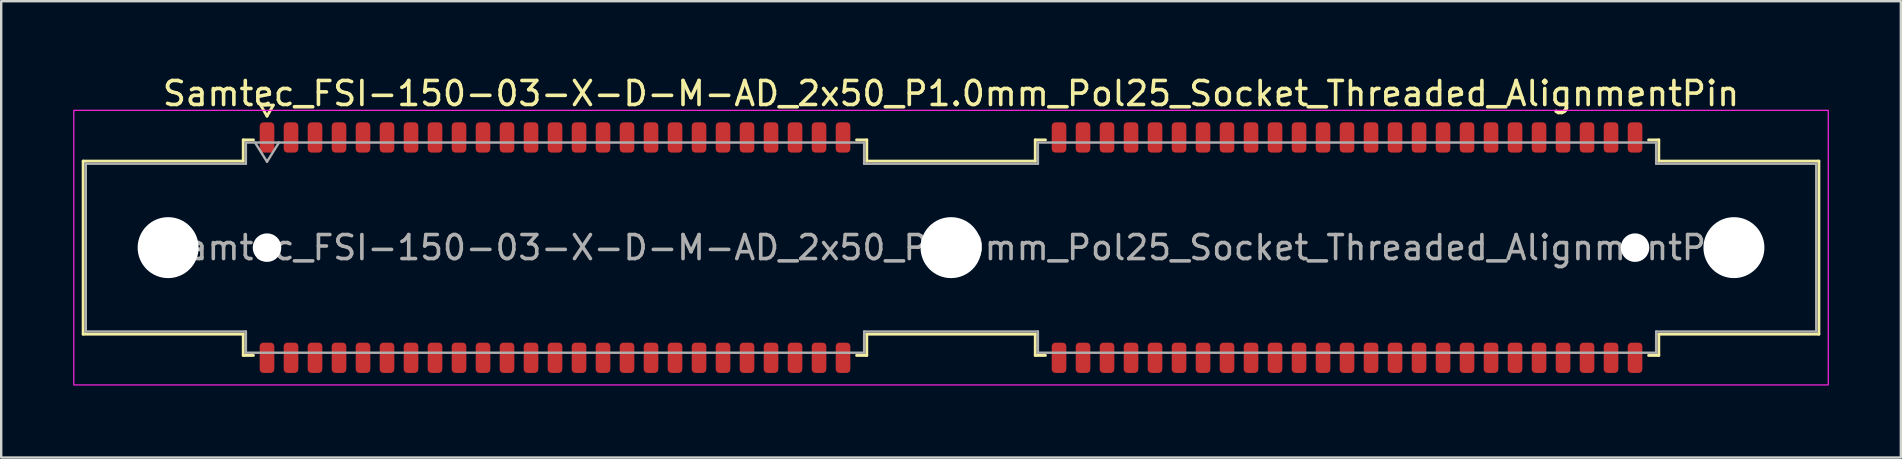
<source format=kicad_pcb>
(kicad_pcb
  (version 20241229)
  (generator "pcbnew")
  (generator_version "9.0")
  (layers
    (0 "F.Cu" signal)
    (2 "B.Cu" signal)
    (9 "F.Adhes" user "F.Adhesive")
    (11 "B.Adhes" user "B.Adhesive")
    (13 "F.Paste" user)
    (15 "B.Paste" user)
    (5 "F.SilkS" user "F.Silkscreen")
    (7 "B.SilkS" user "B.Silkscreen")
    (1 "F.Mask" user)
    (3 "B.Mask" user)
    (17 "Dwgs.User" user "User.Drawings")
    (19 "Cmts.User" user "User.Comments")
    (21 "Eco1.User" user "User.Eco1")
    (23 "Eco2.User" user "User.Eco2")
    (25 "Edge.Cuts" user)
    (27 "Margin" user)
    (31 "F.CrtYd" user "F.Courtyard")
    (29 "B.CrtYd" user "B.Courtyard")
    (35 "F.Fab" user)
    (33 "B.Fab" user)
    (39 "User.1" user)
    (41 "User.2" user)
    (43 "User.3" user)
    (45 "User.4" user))
  (footprint "Samtec_FSI-150-03-X-D-M-AD_2x50_P1.0mm_Pol25_Socket_Threaded_AlignmentPin"
    (layer "F.Cu")
    (at 36.575 7.268)
    (property "Reference" "Samtec_FSI-150-03-X-D-M-AD_2x50_P1.0mm_Pol25_Socket_Threaded_AlignmentPin" (at 0 -6.42 0) (layer "F.SilkS") (effects (font (size 1 1) (thickness 0.15))))
    (attr smd)
    (fp_line (start -36.16 -3.605) (end -29.49 -3.605) (stroke (width 0.12) (type solid)) (layer "F.SilkS"))
    (fp_line (start -36.16 3.605) (end -36.16 -3.605) (stroke (width 0.12) (type solid)) (layer "F.SilkS"))
    (fp_line (start -29.49 -4.49) (end -29.065 -4.49) (stroke (width 0.12) (type solid)) (layer "F.SilkS"))
    (fp_line (start -29.49 -3.605) (end -29.49 -4.49) (stroke (width 0.12) (type solid)) (layer "F.SilkS"))
    (fp_line (start -29.49 3.605) (end -36.16 3.605) (stroke (width 0.12) (type solid)) (layer "F.SilkS"))
    (fp_line (start -29.49 4.49) (end -29.49 3.605) (stroke (width 0.12) (type solid)) (layer "F.SilkS"))
    (fp_line (start -29.065 4.49) (end -29.49 4.49) (stroke (width 0.12) (type solid)) (layer "F.SilkS"))
    (fp_line (start -28.764 -5.938) (end -28.5 -5.48) (stroke (width 0.12) (type solid)) (layer "F.SilkS"))
    (fp_line (start -28.5 -5.48) (end -28.236 -5.938) (stroke (width 0.12) (type solid)) (layer "F.SilkS"))
    (fp_line (start -28.236 -5.938) (end -28.764 -5.938) (stroke (width 0.12) (type solid)) (layer "F.SilkS"))
    (fp_line (start -3.935 -4.49) (end -3.51 -4.49) (stroke (width 0.12) (type solid)) (layer "F.SilkS"))
    (fp_line (start -3.51 -4.49) (end -3.51 -3.605) (stroke (width 0.12) (type solid)) (layer "F.SilkS"))
    (fp_line (start -3.51 -3.605) (end 3.51 -3.605) (stroke (width 0.12) (type solid)) (layer "F.SilkS"))
    (fp_line (start -3.51 3.605) (end -3.51 4.49) (stroke (width 0.12) (type solid)) (layer "F.SilkS"))
    (fp_line (start -3.51 4.49) (end -3.935 4.49) (stroke (width 0.12) (type solid)) (layer "F.SilkS"))
    (fp_line (start 3.51 -4.49) (end 3.935 -4.49) (stroke (width 0.12) (type solid)) (layer "F.SilkS"))
    (fp_line (start 3.51 -3.605) (end 3.51 -4.49) (stroke (width 0.12) (type solid)) (layer "F.SilkS"))
    (fp_line (start 3.51 3.605) (end -3.51 3.605) (stroke (width 0.12) (type solid)) (layer "F.SilkS"))
    (fp_line (start 3.51 4.49) (end 3.51 3.605) (stroke (width 0.12) (type solid)) (layer "F.SilkS"))
    (fp_line (start 3.935 4.49) (end 3.51 4.49) (stroke (width 0.12) (type solid)) (layer "F.SilkS"))
    (fp_line (start 29.065 -4.49) (end 29.49 -4.49) (stroke (width 0.12) (type solid)) (layer "F.SilkS"))
    (fp_line (start 29.49 -4.49) (end 29.49 -3.605) (stroke (width 0.12) (type solid)) (layer "F.SilkS"))
    (fp_line (start 29.49 -3.605) (end 36.16 -3.605) (stroke (width 0.12) (type solid)) (layer "F.SilkS"))
    (fp_line (start 29.49 3.605) (end 29.49 4.49) (stroke (width 0.12) (type solid)) (layer "F.SilkS"))
    (fp_line (start 29.49 4.49) (end 29.065 4.49) (stroke (width 0.12) (type solid)) (layer "F.SilkS"))
    (fp_line (start 36.16 -3.605) (end 36.16 3.605) (stroke (width 0.12) (type solid)) (layer "F.SilkS"))
    (fp_line (start 36.16 3.605) (end 29.49 3.605) (stroke (width 0.12) (type solid)) (layer "F.SilkS"))
    (fp_rect (start -36.55 -5.72) (end 36.55 5.72) (stroke (width 0.05) (type solid)) (fill no) (layer "F.CrtYd"))
    (fp_line (start -36.05 -3.495) (end -29.38 -3.495) (stroke (width 0.1) (type solid)) (layer "F.Fab"))
    (fp_line (start -36.05 3.495) (end -36.05 -3.495) (stroke (width 0.1) (type solid)) (layer "F.Fab"))
    (fp_line (start -29.38 -4.38) (end -3.62 -4.38) (stroke (width 0.1) (type solid)) (layer "F.Fab"))
    (fp_line (start -29.38 -3.495) (end -29.38 -4.38) (stroke (width 0.1) (type solid)) (layer "F.Fab"))
    (fp_line (start -29.38 3.495) (end -36.05 3.495) (stroke (width 0.1) (type solid)) (layer "F.Fab"))
    (fp_line (start -29.38 4.38) (end -29.38 3.495) (stroke (width 0.1) (type solid)) (layer "F.Fab"))
    (fp_line (start -29 -4.38) (end -28.5 -3.58) (stroke (width 0.1) (type solid)) (layer "F.Fab"))
    (fp_line (start -28.5 -3.58) (end -28 -4.38) (stroke (width 0.1) (type solid)) (layer "F.Fab"))
    (fp_line (start -3.62 -4.38) (end -3.62 -3.495) (stroke (width 0.1) (type solid)) (layer "F.Fab"))
    (fp_line (start -3.62 -3.495) (end 3.62 -3.495) (stroke (width 0.1) (type solid)) (layer "F.Fab"))
    (fp_line (start -3.62 3.495) (end -3.62 4.38) (stroke (width 0.1) (type solid)) (layer "F.Fab"))
    (fp_line (start -3.62 4.38) (end -29.38 4.38) (stroke (width 0.1) (type solid)) (layer "F.Fab"))
    (fp_line (start 3.62 -4.38) (end 29.38 -4.38) (stroke (width 0.1) (type solid)) (layer "F.Fab"))
    (fp_line (start 3.62 -3.495) (end 3.62 -4.38) (stroke (width 0.1) (type solid)) (layer "F.Fab"))
    (fp_line (start 3.62 3.495) (end -3.62 3.495) (stroke (width 0.1) (type solid)) (layer "F.Fab"))
    (fp_line (start 3.62 4.38) (end 3.62 3.495) (stroke (width 0.1) (type solid)) (layer "F.Fab"))
    (fp_line (start 29.38 -4.38) (end 29.38 -3.495) (stroke (width 0.1) (type solid)) (layer "F.Fab"))
    (fp_line (start 29.38 -3.495) (end 36.05 -3.495) (stroke (width 0.1) (type solid)) (layer "F.Fab"))
    (fp_line (start 29.38 3.495) (end 29.38 4.38) (stroke (width 0.1) (type solid)) (layer "F.Fab"))
    (fp_line (start 29.38 4.38) (end 3.62 4.38) (stroke (width 0.1) (type solid)) (layer "F.Fab"))
    (fp_line (start 36.05 -3.495) (end 36.05 3.495) (stroke (width 0.1) (type solid)) (layer "F.Fab"))
    (fp_line (start 36.05 3.495) (end 29.38 3.495) (stroke (width 0.1) (type solid)) (layer "F.Fab"))
    (fp_text user "${REFERENCE}" (at 0 0 0) (layer "F.Fab") (effects (font (size 1 1) (thickness 0.15))))
    (pad "" np_thru_hole circle (at -32.62 0) (size 2.54 2.54) (drill 2.54) (layers "*.Cu" "*.Mask"))
    (pad "" np_thru_hole circle (at -28.5 0) (size 1.19 1.19) (drill 1.19) (layers "*.Cu" "*.Mask"))
    (pad "" np_thru_hole circle (at 0 0) (size 2.54 2.54) (drill 2.54) (layers "*.Cu" "*.Mask"))
    (pad "" np_thru_hole circle (at 28.5 0) (size 1.19 1.19) (drill 1.19) (layers "*.Cu" "*.Mask"))
    (pad "" np_thru_hole circle (at 32.62 0) (size 2.54 2.54) (drill 2.54) (layers "*.Cu" "*.Mask"))
    (pad "1" smd roundrect (at -28.5 -4.59) (size 0.61 1.26) (layers "F.Cu" "F.Mask" "F.Paste") (roundrect_rratio 0.25))
    (pad "2" smd roundrect (at -28.5 4.59) (size 0.61 1.26) (layers "F.Cu" "F.Mask" "F.Paste") (roundrect_rratio 0.25))
    (pad "3" smd roundrect (at -27.5 -4.59) (size 0.61 1.26) (layers "F.Cu" "F.Mask" "F.Paste") (roundrect_rratio 0.25))
    (pad "4" smd roundrect (at -27.5 4.59) (size 0.61 1.26) (layers "F.Cu" "F.Mask" "F.Paste") (roundrect_rratio 0.25))
    (pad "5" smd roundrect (at -26.5 -4.59) (size 0.61 1.26) (layers "F.Cu" "F.Mask" "F.Paste") (roundrect_rratio 0.25))
    (pad "6" smd roundrect (at -26.5 4.59) (size 0.61 1.26) (layers "F.Cu" "F.Mask" "F.Paste") (roundrect_rratio 0.25))
    (pad "7" smd roundrect (at -25.5 -4.59) (size 0.61 1.26) (layers "F.Cu" "F.Mask" "F.Paste") (roundrect_rratio 0.25))
    (pad "8" smd roundrect (at -25.5 4.59) (size 0.61 1.26) (layers "F.Cu" "F.Mask" "F.Paste") (roundrect_rratio 0.25))
    (pad "9" smd roundrect (at -24.5 -4.59) (size 0.61 1.26) (layers "F.Cu" "F.Mask" "F.Paste") (roundrect_rratio 0.25))
    (pad "10" smd roundrect (at -24.5 4.59) (size 0.61 1.26) (layers "F.Cu" "F.Mask" "F.Paste") (roundrect_rratio 0.25))
    (pad "11" smd roundrect (at -23.5 -4.59) (size 0.61 1.26) (layers "F.Cu" "F.Mask" "F.Paste") (roundrect_rratio 0.25))
    (pad "12" smd roundrect (at -23.5 4.59) (size 0.61 1.26) (layers "F.Cu" "F.Mask" "F.Paste") (roundrect_rratio 0.25))
    (pad "13" smd roundrect (at -22.5 -4.59) (size 0.61 1.26) (layers "F.Cu" "F.Mask" "F.Paste") (roundrect_rratio 0.25))
    (pad "14" smd roundrect (at -22.5 4.59) (size 0.61 1.26) (layers "F.Cu" "F.Mask" "F.Paste") (roundrect_rratio 0.25))
    (pad "15" smd roundrect (at -21.5 -4.59) (size 0.61 1.26) (layers "F.Cu" "F.Mask" "F.Paste") (roundrect_rratio 0.25))
    (pad "16" smd roundrect (at -21.5 4.59) (size 0.61 1.26) (layers "F.Cu" "F.Mask" "F.Paste") (roundrect_rratio 0.25))
    (pad "17" smd roundrect (at -20.5 -4.59) (size 0.61 1.26) (layers "F.Cu" "F.Mask" "F.Paste") (roundrect_rratio 0.25))
    (pad "18" smd roundrect (at -20.5 4.59) (size 0.61 1.26) (layers "F.Cu" "F.Mask" "F.Paste") (roundrect_rratio 0.25))
    (pad "19" smd roundrect (at -19.5 -4.59) (size 0.61 1.26) (layers "F.Cu" "F.Mask" "F.Paste") (roundrect_rratio 0.25))
    (pad "20" smd roundrect (at -19.5 4.59) (size 0.61 1.26) (layers "F.Cu" "F.Mask" "F.Paste") (roundrect_rratio 0.25))
    (pad "21" smd roundrect (at -18.5 -4.59) (size 0.61 1.26) (layers "F.Cu" "F.Mask" "F.Paste") (roundrect_rratio 0.25))
    (pad "22" smd roundrect (at -18.5 4.59) (size 0.61 1.26) (layers "F.Cu" "F.Mask" "F.Paste") (roundrect_rratio 0.25))
    (pad "23" smd roundrect (at -17.5 -4.59) (size 0.61 1.26) (layers "F.Cu" "F.Mask" "F.Paste") (roundrect_rratio 0.25))
    (pad "24" smd roundrect (at -17.5 4.59) (size 0.61 1.26) (layers "F.Cu" "F.Mask" "F.Paste") (roundrect_rratio 0.25))
    (pad "25" smd roundrect (at -16.5 -4.59) (size 0.61 1.26) (layers "F.Cu" "F.Mask" "F.Paste") (roundrect_rratio 0.25))
    (pad "26" smd roundrect (at -16.5 4.59) (size 0.61 1.26) (layers "F.Cu" "F.Mask" "F.Paste") (roundrect_rratio 0.25))
    (pad "27" smd roundrect (at -15.5 -4.59) (size 0.61 1.26) (layers "F.Cu" "F.Mask" "F.Paste") (roundrect_rratio 0.25))
    (pad "28" smd roundrect (at -15.5 4.59) (size 0.61 1.26) (layers "F.Cu" "F.Mask" "F.Paste") (roundrect_rratio 0.25))
    (pad "29" smd roundrect (at -14.5 -4.59) (size 0.61 1.26) (layers "F.Cu" "F.Mask" "F.Paste") (roundrect_rratio 0.25))
    (pad "30" smd roundrect (at -14.5 4.59) (size 0.61 1.26) (layers "F.Cu" "F.Mask" "F.Paste") (roundrect_rratio 0.25))
    (pad "31" smd roundrect (at -13.5 -4.59) (size 0.61 1.26) (layers "F.Cu" "F.Mask" "F.Paste") (roundrect_rratio 0.25))
    (pad "32" smd roundrect (at -13.5 4.59) (size 0.61 1.26) (layers "F.Cu" "F.Mask" "F.Paste") (roundrect_rratio 0.25))
    (pad "33" smd roundrect (at -12.5 -4.59) (size 0.61 1.26) (layers "F.Cu" "F.Mask" "F.Paste") (roundrect_rratio 0.25))
    (pad "34" smd roundrect (at -12.5 4.59) (size 0.61 1.26) (layers "F.Cu" "F.Mask" "F.Paste") (roundrect_rratio 0.25))
    (pad "35" smd roundrect (at -11.5 -4.59) (size 0.61 1.26) (layers "F.Cu" "F.Mask" "F.Paste") (roundrect_rratio 0.25))
    (pad "36" smd roundrect (at -11.5 4.59) (size 0.61 1.26) (layers "F.Cu" "F.Mask" "F.Paste") (roundrect_rratio 0.25))
    (pad "37" smd roundrect (at -10.5 -4.59) (size 0.61 1.26) (layers "F.Cu" "F.Mask" "F.Paste") (roundrect_rratio 0.25))
    (pad "38" smd roundrect (at -10.5 4.59) (size 0.61 1.26) (layers "F.Cu" "F.Mask" "F.Paste") (roundrect_rratio 0.25))
    (pad "39" smd roundrect (at -9.5 -4.59) (size 0.61 1.26) (layers "F.Cu" "F.Mask" "F.Paste") (roundrect_rratio 0.25))
    (pad "40" smd roundrect (at -9.5 4.59) (size 0.61 1.26) (layers "F.Cu" "F.Mask" "F.Paste") (roundrect_rratio 0.25))
    (pad "41" smd roundrect (at -8.5 -4.59) (size 0.61 1.26) (layers "F.Cu" "F.Mask" "F.Paste") (roundrect_rratio 0.25))
    (pad "42" smd roundrect (at -8.5 4.59) (size 0.61 1.26) (layers "F.Cu" "F.Mask" "F.Paste") (roundrect_rratio 0.25))
    (pad "43" smd roundrect (at -7.5 -4.59) (size 0.61 1.26) (layers "F.Cu" "F.Mask" "F.Paste") (roundrect_rratio 0.25))
    (pad "44" smd roundrect (at -7.5 4.59) (size 0.61 1.26) (layers "F.Cu" "F.Mask" "F.Paste") (roundrect_rratio 0.25))
    (pad "45" smd roundrect (at -6.5 -4.59) (size 0.61 1.26) (layers "F.Cu" "F.Mask" "F.Paste") (roundrect_rratio 0.25))
    (pad "46" smd roundrect (at -6.5 4.59) (size 0.61 1.26) (layers "F.Cu" "F.Mask" "F.Paste") (roundrect_rratio 0.25))
    (pad "47" smd roundrect (at -5.5 -4.59) (size 0.61 1.26) (layers "F.Cu" "F.Mask" "F.Paste") (roundrect_rratio 0.25))
    (pad "48" smd roundrect (at -5.5 4.59) (size 0.61 1.26) (layers "F.Cu" "F.Mask" "F.Paste") (roundrect_rratio 0.25))
    (pad "49" smd roundrect (at -4.5 -4.59) (size 0.61 1.26) (layers "F.Cu" "F.Mask" "F.Paste") (roundrect_rratio 0.25))
    (pad "50" smd roundrect (at -4.5 4.59) (size 0.61 1.26) (layers "F.Cu" "F.Mask" "F.Paste") (roundrect_rratio 0.25))
    (pad "51" smd roundrect (at 4.5 -4.59) (size 0.61 1.26) (layers "F.Cu" "F.Mask" "F.Paste") (roundrect_rratio 0.25))
    (pad "52" smd roundrect (at 4.5 4.59) (size 0.61 1.26) (layers "F.Cu" "F.Mask" "F.Paste") (roundrect_rratio 0.25))
    (pad "53" smd roundrect (at 5.5 -4.59) (size 0.61 1.26) (layers "F.Cu" "F.Mask" "F.Paste") (roundrect_rratio 0.25))
    (pad "54" smd roundrect (at 5.5 4.59) (size 0.61 1.26) (layers "F.Cu" "F.Mask" "F.Paste") (roundrect_rratio 0.25))
    (pad "55" smd roundrect (at 6.5 -4.59) (size 0.61 1.26) (layers "F.Cu" "F.Mask" "F.Paste") (roundrect_rratio 0.25))
    (pad "56" smd roundrect (at 6.5 4.59) (size 0.61 1.26) (layers "F.Cu" "F.Mask" "F.Paste") (roundrect_rratio 0.25))
    (pad "57" smd roundrect (at 7.5 -4.59) (size 0.61 1.26) (layers "F.Cu" "F.Mask" "F.Paste") (roundrect_rratio 0.25))
    (pad "58" smd roundrect (at 7.5 4.59) (size 0.61 1.26) (layers "F.Cu" "F.Mask" "F.Paste") (roundrect_rratio 0.25))
    (pad "59" smd roundrect (at 8.5 -4.59) (size 0.61 1.26) (layers "F.Cu" "F.Mask" "F.Paste") (roundrect_rratio 0.25))
    (pad "60" smd roundrect (at 8.5 4.59) (size 0.61 1.26) (layers "F.Cu" "F.Mask" "F.Paste") (roundrect_rratio 0.25))
    (pad "61" smd roundrect (at 9.5 -4.59) (size 0.61 1.26) (layers "F.Cu" "F.Mask" "F.Paste") (roundrect_rratio 0.25))
    (pad "62" smd roundrect (at 9.5 4.59) (size 0.61 1.26) (layers "F.Cu" "F.Mask" "F.Paste") (roundrect_rratio 0.25))
    (pad "63" smd roundrect (at 10.5 -4.59) (size 0.61 1.26) (layers "F.Cu" "F.Mask" "F.Paste") (roundrect_rratio 0.25))
    (pad "64" smd roundrect (at 10.5 4.59) (size 0.61 1.26) (layers "F.Cu" "F.Mask" "F.Paste") (roundrect_rratio 0.25))
    (pad "65" smd roundrect (at 11.5 -4.59) (size 0.61 1.26) (layers "F.Cu" "F.Mask" "F.Paste") (roundrect_rratio 0.25))
    (pad "66" smd roundrect (at 11.5 4.59) (size 0.61 1.26) (layers "F.Cu" "F.Mask" "F.Paste") (roundrect_rratio 0.25))
    (pad "67" smd roundrect (at 12.5 -4.59) (size 0.61 1.26) (layers "F.Cu" "F.Mask" "F.Paste") (roundrect_rratio 0.25))
    (pad "68" smd roundrect (at 12.5 4.59) (size 0.61 1.26) (layers "F.Cu" "F.Mask" "F.Paste") (roundrect_rratio 0.25))
    (pad "69" smd roundrect (at 13.5 -4.59) (size 0.61 1.26) (layers "F.Cu" "F.Mask" "F.Paste") (roundrect_rratio 0.25))
    (pad "70" smd roundrect (at 13.5 4.59) (size 0.61 1.26) (layers "F.Cu" "F.Mask" "F.Paste") (roundrect_rratio 0.25))
    (pad "71" smd roundrect (at 14.5 -4.59) (size 0.61 1.26) (layers "F.Cu" "F.Mask" "F.Paste") (roundrect_rratio 0.25))
    (pad "72" smd roundrect (at 14.5 4.59) (size 0.61 1.26) (layers "F.Cu" "F.Mask" "F.Paste") (roundrect_rratio 0.25))
    (pad "73" smd roundrect (at 15.5 -4.59) (size 0.61 1.26) (layers "F.Cu" "F.Mask" "F.Paste") (roundrect_rratio 0.25))
    (pad "74" smd roundrect (at 15.5 4.59) (size 0.61 1.26) (layers "F.Cu" "F.Mask" "F.Paste") (roundrect_rratio 0.25))
    (pad "75" smd roundrect (at 16.5 -4.59) (size 0.61 1.26) (layers "F.Cu" "F.Mask" "F.Paste") (roundrect_rratio 0.25))
    (pad "76" smd roundrect (at 16.5 4.59) (size 0.61 1.26) (layers "F.Cu" "F.Mask" "F.Paste") (roundrect_rratio 0.25))
    (pad "77" smd roundrect (at 17.5 -4.59) (size 0.61 1.26) (layers "F.Cu" "F.Mask" "F.Paste") (roundrect_rratio 0.25))
    (pad "78" smd roundrect (at 17.5 4.59) (size 0.61 1.26) (layers "F.Cu" "F.Mask" "F.Paste") (roundrect_rratio 0.25))
    (pad "79" smd roundrect (at 18.5 -4.59) (size 0.61 1.26) (layers "F.Cu" "F.Mask" "F.Paste") (roundrect_rratio 0.25))
    (pad "80" smd roundrect (at 18.5 4.59) (size 0.61 1.26) (layers "F.Cu" "F.Mask" "F.Paste") (roundrect_rratio 0.25))
    (pad "81" smd roundrect (at 19.5 -4.59) (size 0.61 1.26) (layers "F.Cu" "F.Mask" "F.Paste") (roundrect_rratio 0.25))
    (pad "82" smd roundrect (at 19.5 4.59) (size 0.61 1.26) (layers "F.Cu" "F.Mask" "F.Paste") (roundrect_rratio 0.25))
    (pad "83" smd roundrect (at 20.5 -4.59) (size 0.61 1.26) (layers "F.Cu" "F.Mask" "F.Paste") (roundrect_rratio 0.25))
    (pad "84" smd roundrect (at 20.5 4.59) (size 0.61 1.26) (layers "F.Cu" "F.Mask" "F.Paste") (roundrect_rratio 0.25))
    (pad "85" smd roundrect (at 21.5 -4.59) (size 0.61 1.26) (layers "F.Cu" "F.Mask" "F.Paste") (roundrect_rratio 0.25))
    (pad "86" smd roundrect (at 21.5 4.59) (size 0.61 1.26) (layers "F.Cu" "F.Mask" "F.Paste") (roundrect_rratio 0.25))
    (pad "87" smd roundrect (at 22.5 -4.59) (size 0.61 1.26) (layers "F.Cu" "F.Mask" "F.Paste") (roundrect_rratio 0.25))
    (pad "88" smd roundrect (at 22.5 4.59) (size 0.61 1.26) (layers "F.Cu" "F.Mask" "F.Paste") (roundrect_rratio 0.25))
    (pad "89" smd roundrect (at 23.5 -4.59) (size 0.61 1.26) (layers "F.Cu" "F.Mask" "F.Paste") (roundrect_rratio 0.25))
    (pad "90" smd roundrect (at 23.5 4.59) (size 0.61 1.26) (layers "F.Cu" "F.Mask" "F.Paste") (roundrect_rratio 0.25))
    (pad "91" smd roundrect (at 24.5 -4.59) (size 0.61 1.26) (layers "F.Cu" "F.Mask" "F.Paste") (roundrect_rratio 0.25))
    (pad "92" smd roundrect (at 24.5 4.59) (size 0.61 1.26) (layers "F.Cu" "F.Mask" "F.Paste") (roundrect_rratio 0.25))
    (pad "93" smd roundrect (at 25.5 -4.59) (size 0.61 1.26) (layers "F.Cu" "F.Mask" "F.Paste") (roundrect_rratio 0.25))
    (pad "94" smd roundrect (at 25.5 4.59) (size 0.61 1.26) (layers "F.Cu" "F.Mask" "F.Paste") (roundrect_rratio 0.25))
    (pad "95" smd roundrect (at 26.5 -4.59) (size 0.61 1.26) (layers "F.Cu" "F.Mask" "F.Paste") (roundrect_rratio 0.25))
    (pad "96" smd roundrect (at 26.5 4.59) (size 0.61 1.26) (layers "F.Cu" "F.Mask" "F.Paste") (roundrect_rratio 0.25))
    (pad "97" smd roundrect (at 27.5 -4.59) (size 0.61 1.26) (layers "F.Cu" "F.Mask" "F.Paste") (roundrect_rratio 0.25))
    (pad "98" smd roundrect (at 27.5 4.59) (size 0.61 1.26) (layers "F.Cu" "F.Mask" "F.Paste") (roundrect_rratio 0.25))
    (pad "99" smd roundrect (at 28.5 -4.59) (size 0.61 1.26) (layers "F.Cu" "F.Mask" "F.Paste") (roundrect_rratio 0.25))
    (pad "100" smd roundrect (at 28.5 4.59) (size 0.61 1.26) (layers "F.Cu" "F.Mask" "F.Paste") (roundrect_rratio 0.25)))
  (gr_rect
    (start -3 -3)
    (end 76.15 16.013)
    (stroke (width 0.1) (type default))
    (fill no)
    (layer "Edge.Cuts")))
</source>
